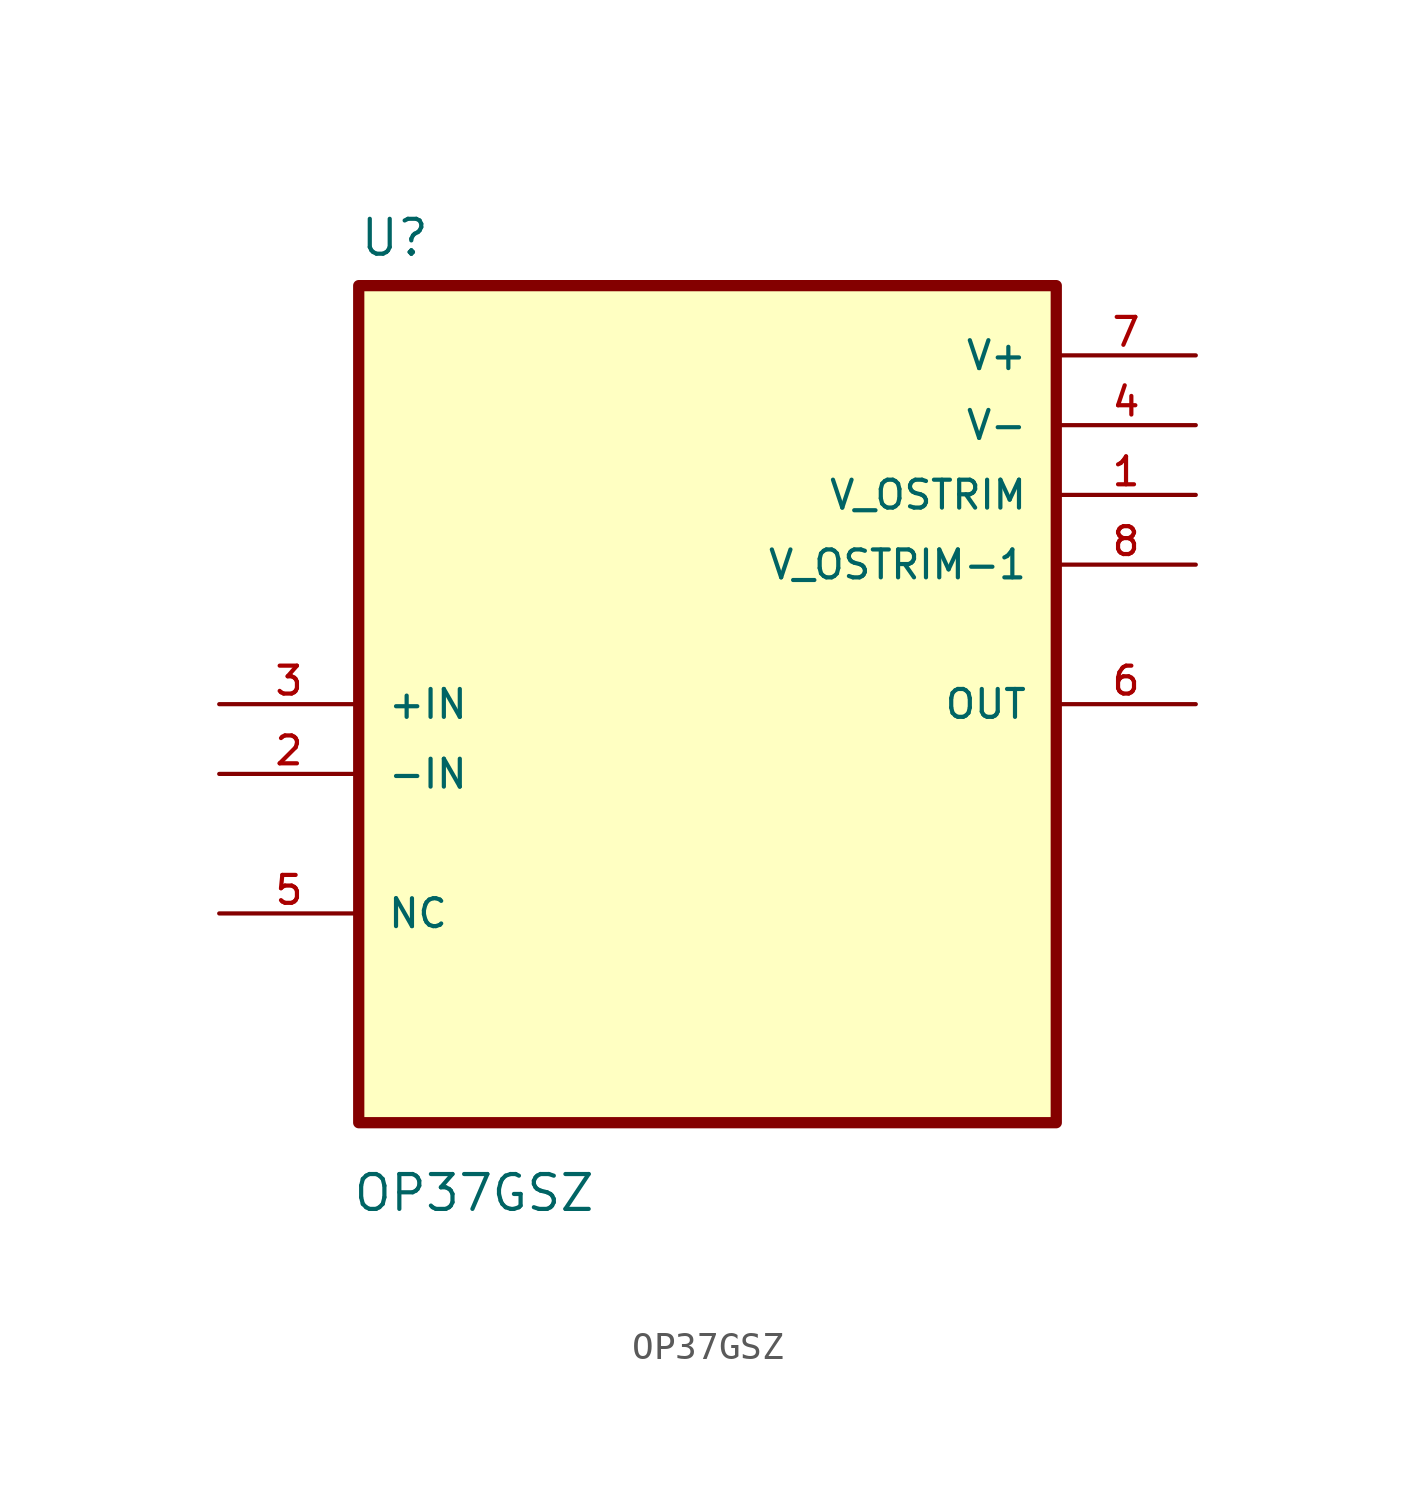
<source format=kicad_sym>
(kicad_symbol_lib
  (version 20241209)
  (generator "kicad_symbol_editor")
  (generator_version "9.0")
  (symbol "OP37GSZ"
    (pin_names
      (offset 1.016))
    (property "Reference" "U"
      (at -12.7 16.24 0)
      (effects (font (size 1.27 1.27)) (justify left bottom)))
    (property "Value" "OP37GSZ"
      (at -12.954 -18.542 0)
      (effects (font (size 1.27 1.27)) (justify left bottom)))
    (symbol "OP37GSZ_0_0"
      (rectangle (start -12.7 -15.24) (end 12.7 15.24) (stroke (width 0.41) (type default)) (fill (type background)))
      (pin input line (at -17.78 0 0) (length 5.08) (name "+IN" (effects (font (size 1.016 1.016)))) (number "3" (effects (font (size 1.016 1.016)))))
      (pin input line (at -17.78 -2.54 0) (length 5.08) (name "-IN" (effects (font (size 1.016 1.016)))) (number "2" (effects (font (size 1.016 1.016)))))
      (pin bidirectional line (at -17.78 -7.62 0) (length 5.08) (name "NC" (effects (font (size 1.016 1.016)))) (number "5" (effects (font (size 1.016 1.016)))))
      (pin power_in line (at 17.78 12.7 180) (length 5.08) (name "V+" (effects (font (size 1.016 1.016)))) (number "7" (effects (font (size 1.016 1.016)))))
      (pin power_in line (at 17.78 10.16 180) (length 5.08) (name "V-" (effects (font (size 1.016 1.016)))) (number "4" (effects (font (size 1.016 1.016)))))
      (pin power_in line (at 17.78 7.62 180) (length 5.08) (name "V_OSTRIM" (effects (font (size 1.016 1.016)))) (number "1" (effects (font (size 1.016 1.016)))))
      (pin power_in line (at 17.78 5.08 180) (length 5.08) (name "V_OSTRIM-1" (effects (font (size 1.016 1.016)))) (number "8" (effects (font (size 1.016 1.016)))))
      (pin output line (at 17.78 0 180) (length 5.08) (name "OUT" (effects (font (size 1.016 1.016)))) (number "6" (effects (font (size 1.016 1.016))))))))
</source>
